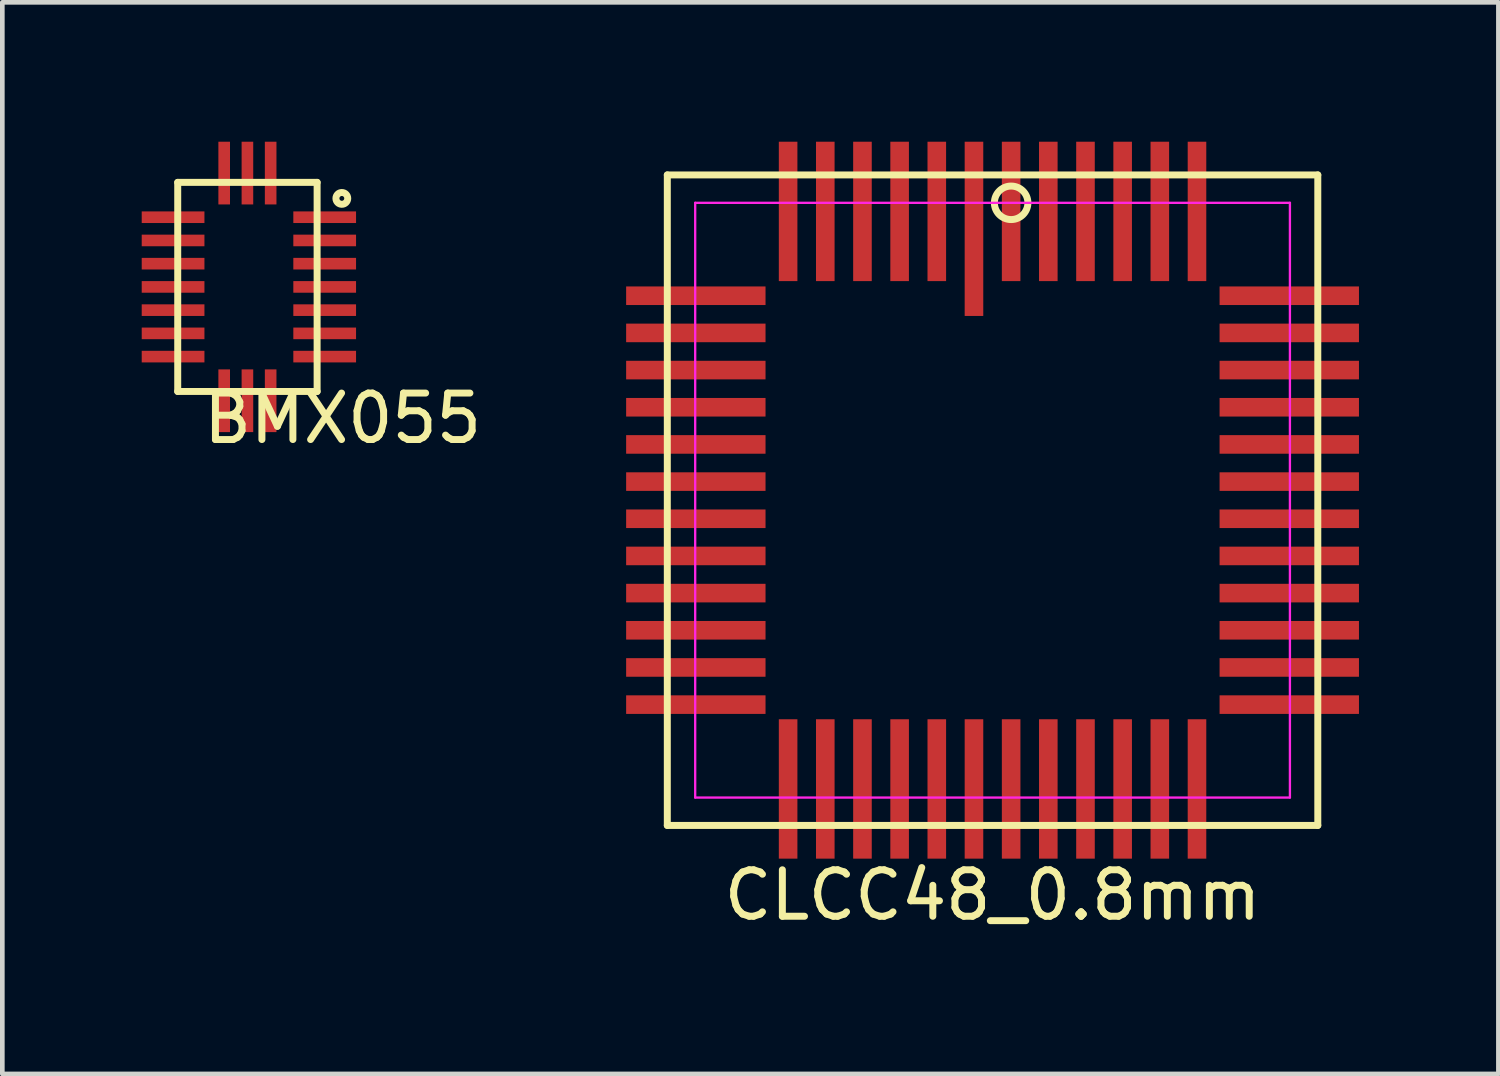
<source format=kicad_pcb>
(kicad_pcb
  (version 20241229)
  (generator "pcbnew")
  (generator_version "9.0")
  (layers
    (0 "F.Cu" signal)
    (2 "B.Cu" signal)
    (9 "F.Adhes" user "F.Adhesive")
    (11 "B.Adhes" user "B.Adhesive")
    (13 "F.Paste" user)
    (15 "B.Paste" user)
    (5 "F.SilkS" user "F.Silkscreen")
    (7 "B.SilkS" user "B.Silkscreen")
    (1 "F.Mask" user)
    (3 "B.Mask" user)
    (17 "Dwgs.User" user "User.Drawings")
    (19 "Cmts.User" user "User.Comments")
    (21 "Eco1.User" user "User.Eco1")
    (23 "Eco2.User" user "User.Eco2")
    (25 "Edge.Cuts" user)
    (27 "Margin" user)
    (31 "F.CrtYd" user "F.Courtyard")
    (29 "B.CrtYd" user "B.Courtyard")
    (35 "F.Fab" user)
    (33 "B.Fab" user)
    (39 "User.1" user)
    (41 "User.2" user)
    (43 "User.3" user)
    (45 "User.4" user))
  (footprint "BMX055"
    (layer "F.Cu")
    (at 2.275 3.125)
    (property "Reference" "BMX055" (at 2.05 2.83 0) (layer "F.SilkS") (effects (font (size 1 1) (thickness 0.15))))
    (attr through_hole)
    (fp_line (start -1.5 -2.25) (end 1.5 -2.25) (stroke (width 0.15) (type solid)) (layer "F.SilkS"))
    (fp_line (start -1.5 2.25) (end -1.5 -2.25) (stroke (width 0.15) (type solid)) (layer "F.SilkS"))
    (fp_line (start 1.5 -2.25) (end 1.5 2.25) (stroke (width 0.15) (type solid)) (layer "F.SilkS"))
    (fp_line (start 1.5 2.25) (end -1.5 2.25) (stroke (width 0.15) (type solid)) (layer "F.SilkS"))
    (fp_circle (center 2.032 -1.905) (end 2.159 -1.905) (stroke (width 0.15) (type solid)) (fill no) (layer "F.SilkS"))
    (pad "1" smd rect (at 1.663 -1.5) (size 1.35 0.25) (layers "F.Cu" "F.Mask" "F.Paste"))
    (pad "2" smd rect (at 1.663 -1) (size 1.35 0.25) (layers "F.Cu" "F.Mask" "F.Paste"))
    (pad "3" smd rect (at 1.663 -0.5) (size 1.35 0.25) (layers "F.Cu" "F.Mask" "F.Paste"))
    (pad "4" smd rect (at 1.663 0) (size 1.35 0.25) (layers "F.Cu" "F.Mask" "F.Paste"))
    (pad "5" smd rect (at 1.663 0.5) (size 1.35 0.25) (layers "F.Cu" "F.Mask" "F.Paste"))
    (pad "6" smd rect (at 1.663 1) (size 1.35 0.25) (layers "F.Cu" "F.Mask" "F.Paste"))
    (pad "7" smd rect (at 1.663 1.5) (size 1.35 0.25) (layers "F.Cu" "F.Mask" "F.Paste"))
    (pad "8" smd rect (at 0.5 2.45) (size 0.25 1.35) (layers "F.Cu" "F.Mask" "F.Paste"))
    (pad "9" smd rect (at 0 2.45) (size 0.25 1.35) (layers "F.Cu" "F.Mask" "F.Paste"))
    (pad "10" smd rect (at -0.5 2.45) (size 0.25 1.35) (layers "F.Cu" "F.Mask" "F.Paste"))
    (pad "11" smd rect (at -1.6 1.5) (size 1.35 0.25) (layers "F.Cu" "F.Mask" "F.Paste"))
    (pad "12" smd rect (at -1.6 1) (size 1.35 0.25) (layers "F.Cu" "F.Mask" "F.Paste"))
    (pad "13" smd rect (at -1.6 0.5) (size 1.35 0.25) (layers "F.Cu" "F.Mask" "F.Paste"))
    (pad "14" smd rect (at -1.6 0) (size 1.35 0.25) (layers "F.Cu" "F.Mask" "F.Paste"))
    (pad "15" smd rect (at -1.6 -0.5) (size 1.35 0.25) (layers "F.Cu" "F.Mask" "F.Paste"))
    (pad "16" smd rect (at -1.6 -1) (size 1.35 0.25) (layers "F.Cu" "F.Mask" "F.Paste"))
    (pad "17" smd rect (at -1.6 -1.5) (size 1.35 0.25) (layers "F.Cu" "F.Mask" "F.Paste"))
    (pad "18" smd rect (at -0.5 -2.45) (size 0.25 1.35) (layers "F.Cu" "F.Mask" "F.Paste"))
    (pad "19" smd rect (at 0 -2.45) (size 0.25 1.35) (layers "F.Cu" "F.Mask" "F.Paste"))
    (pad "20" smd rect (at 0.5 -2.45) (size 0.25 1.35) (layers "F.Cu" "F.Mask" "F.Paste")))
  (footprint "CLCC48_0.8mm"
    (layer "F.Cu")
    (at 18.312 7.715)
    (property "Reference" "CLCC48_0.8mm" (at 0 8.5 0) (layer "F.SilkS") (effects (font (size 1 1) (thickness 0.15))))
    (attr smd)
    (fp_line (start -7 -7) (end -7 7) (stroke (width 0.15) (type solid)) (layer "F.SilkS"))
    (fp_line (start -7 -7) (end 7 -7) (stroke (width 0.15) (type solid)) (layer "F.SilkS"))
    (fp_line (start -7 7) (end 7 7) (stroke (width 0.15) (type solid)) (layer "F.SilkS"))
    (fp_line (start 7 7) (end 7 -7) (stroke (width 0.15) (type solid)) (layer "F.SilkS"))
    (fp_circle (center 0.4 -6.4) (end 0.6 -6.7) (stroke (width 0.15) (type solid)) (fill no) (layer "F.SilkS"))
    (fp_line (start -6.4 -6.4) (end 6.4 -6.4) (stroke (width 0.05) (type solid)) (layer "F.CrtYd"))
    (fp_line (start -6.4 6.4) (end -6.4 -6.4) (stroke (width 0.05) (type solid)) (layer "F.CrtYd"))
    (fp_line (start 6.4 -6.4) (end 6.4 6.4) (stroke (width 0.05) (type solid)) (layer "F.CrtYd"))
    (fp_line (start 6.4 6.4) (end -6.4 6.4) (stroke (width 0.05) (type solid)) (layer "F.CrtYd"))
    (pad "1" smd rect (at -0.4 -5.84) (size 0.4 3.75) (layers "F.Cu" "F.Mask" "F.Paste"))
    (pad "2" smd rect (at -1.2 -6.215) (size 0.4 3) (layers "F.Cu" "F.Mask" "F.Paste"))
    (pad "3" smd rect (at -2 -6.215) (size 0.4 3) (layers "F.Cu" "F.Mask" "F.Paste"))
    (pad "4" smd rect (at -2.8 -6.215) (size 0.4 3) (layers "F.Cu" "F.Mask" "F.Paste"))
    (pad "5" smd rect (at -3.6 -6.215) (size 0.4 3) (layers "F.Cu" "F.Mask" "F.Paste"))
    (pad "6" smd rect (at -4.4 -6.215) (size 0.4 3) (layers "F.Cu" "F.Mask" "F.Paste"))
    (pad "7" smd rect (at -6.386 -4.4) (size 3 0.4) (layers "F.Cu" "F.Mask" "F.Paste"))
    (pad "8" smd rect (at -6.386 -3.6) (size 3 0.4) (layers "F.Cu" "F.Mask" "F.Paste"))
    (pad "9" smd rect (at -6.386 -2.8) (size 3 0.4) (layers "F.Cu" "F.Mask" "F.Paste"))
    (pad "10" smd rect (at -6.386 -2) (size 3 0.4) (layers "F.Cu" "F.Mask" "F.Paste"))
    (pad "11" smd rect (at -6.386 -1.2) (size 3 0.4) (layers "F.Cu" "F.Mask" "F.Paste"))
    (pad "12" smd rect (at -6.386 -0.4) (size 3 0.4) (layers "F.Cu" "F.Mask" "F.Paste"))
    (pad "13" smd rect (at -6.386 0.4) (size 3 0.4) (layers "F.Cu" "F.Mask" "F.Paste"))
    (pad "14" smd rect (at -6.386 1.2) (size 3 0.4) (layers "F.Cu" "F.Mask" "F.Paste"))
    (pad "15" smd rect (at -6.386 2) (size 3 0.4) (layers "F.Cu" "F.Mask" "F.Paste"))
    (pad "16" smd rect (at -6.386 2.8) (size 3 0.4) (layers "F.Cu" "F.Mask" "F.Paste"))
    (pad "17" smd rect (at -6.386 3.6) (size 3 0.4) (layers "F.Cu" "F.Mask" "F.Paste"))
    (pad "18" smd rect (at -6.386 4.4) (size 3 0.4) (layers "F.Cu" "F.Mask" "F.Paste"))
    (pad "19" smd rect (at -4.4 6.215) (size 0.4 3) (layers "F.Cu" "F.Mask" "F.Paste"))
    (pad "20" smd rect (at -3.6 6.215) (size 0.4 3) (layers "F.Cu" "F.Mask" "F.Paste"))
    (pad "21" smd rect (at -2.8 6.215) (size 0.4 3) (layers "F.Cu" "F.Mask" "F.Paste"))
    (pad "22" smd rect (at -2 6.215) (size 0.4 3) (layers "F.Cu" "F.Mask" "F.Paste"))
    (pad "23" smd rect (at -1.2 6.215) (size 0.4 3) (layers "F.Cu" "F.Mask" "F.Paste"))
    (pad "24" smd rect (at -0.4 6.215) (size 0.4 3) (layers "F.Cu" "F.Mask" "F.Paste"))
    (pad "25" smd rect (at 0.4 6.215) (size 0.4 3) (layers "F.Cu" "F.Mask" "F.Paste"))
    (pad "26" smd rect (at 1.2 6.215) (size 0.4 3) (layers "F.Cu" "F.Mask" "F.Paste"))
    (pad "27" smd rect (at 2 6.215) (size 0.4 3) (layers "F.Cu" "F.Mask" "F.Paste"))
    (pad "28" smd rect (at 2.8 6.215) (size 0.4 3) (layers "F.Cu" "F.Mask" "F.Paste"))
    (pad "29" smd rect (at 3.6 6.215) (size 0.4 3) (layers "F.Cu" "F.Mask" "F.Paste"))
    (pad "30" smd rect (at 4.4 6.215) (size 0.4 3) (layers "F.Cu" "F.Mask" "F.Paste"))
    (pad "31" smd rect (at 6.386 4.4) (size 3 0.4) (layers "F.Cu" "F.Mask" "F.Paste"))
    (pad "32" smd rect (at 6.386 3.6) (size 3 0.4) (layers "F.Cu" "F.Mask" "F.Paste"))
    (pad "33" smd rect (at 6.386 2.8) (size 3 0.4) (layers "F.Cu" "F.Mask" "F.Paste"))
    (pad "34" smd rect (at 6.386 2) (size 3 0.4) (layers "F.Cu" "F.Mask" "F.Paste"))
    (pad "35" smd rect (at 6.386 1.2) (size 3 0.4) (layers "F.Cu" "F.Mask" "F.Paste"))
    (pad "36" smd rect (at 6.386 0.4) (size 3 0.4) (layers "F.Cu" "F.Mask" "F.Paste"))
    (pad "37" smd rect (at 6.386 -0.4) (size 3 0.4) (layers "F.Cu" "F.Mask" "F.Paste"))
    (pad "38" smd rect (at 6.386 -1.2) (size 3 0.4) (layers "F.Cu" "F.Mask" "F.Paste"))
    (pad "39" smd rect (at 6.386 -2) (size 3 0.4) (layers "F.Cu" "F.Mask" "F.Paste"))
    (pad "40" smd rect (at 6.386 -2.8) (size 3 0.4) (layers "F.Cu" "F.Mask" "F.Paste"))
    (pad "41" smd rect (at 6.386 -3.6) (size 3 0.4) (layers "F.Cu" "F.Mask" "F.Paste"))
    (pad "42" smd rect (at 6.386 -4.4) (size 3 0.4) (layers "F.Cu" "F.Mask" "F.Paste"))
    (pad "43" smd rect (at 4.4 -6.215) (size 0.4 3) (layers "F.Cu" "F.Mask" "F.Paste"))
    (pad "44" smd rect (at 3.6 -6.215) (size 0.4 3) (layers "F.Cu" "F.Mask" "F.Paste"))
    (pad "45" smd rect (at 2.8 -6.215) (size 0.4 3) (layers "F.Cu" "F.Mask" "F.Paste"))
    (pad "46" smd rect (at 2 -6.215) (size 0.4 3) (layers "F.Cu" "F.Mask" "F.Paste"))
    (pad "47" smd rect (at 1.2 -6.215) (size 0.4 3) (layers "F.Cu" "F.Mask" "F.Paste"))
    (pad "48" smd rect (at 0.4 -6.215) (size 0.4 3) (layers "F.Cu" "F.Mask" "F.Paste")))
  (gr_rect
    (start -3 -3)
    (end 29.199 20.063)
    (stroke (width 0.1) (type default))
    (fill no)
    (layer "Edge.Cuts")))
</source>
